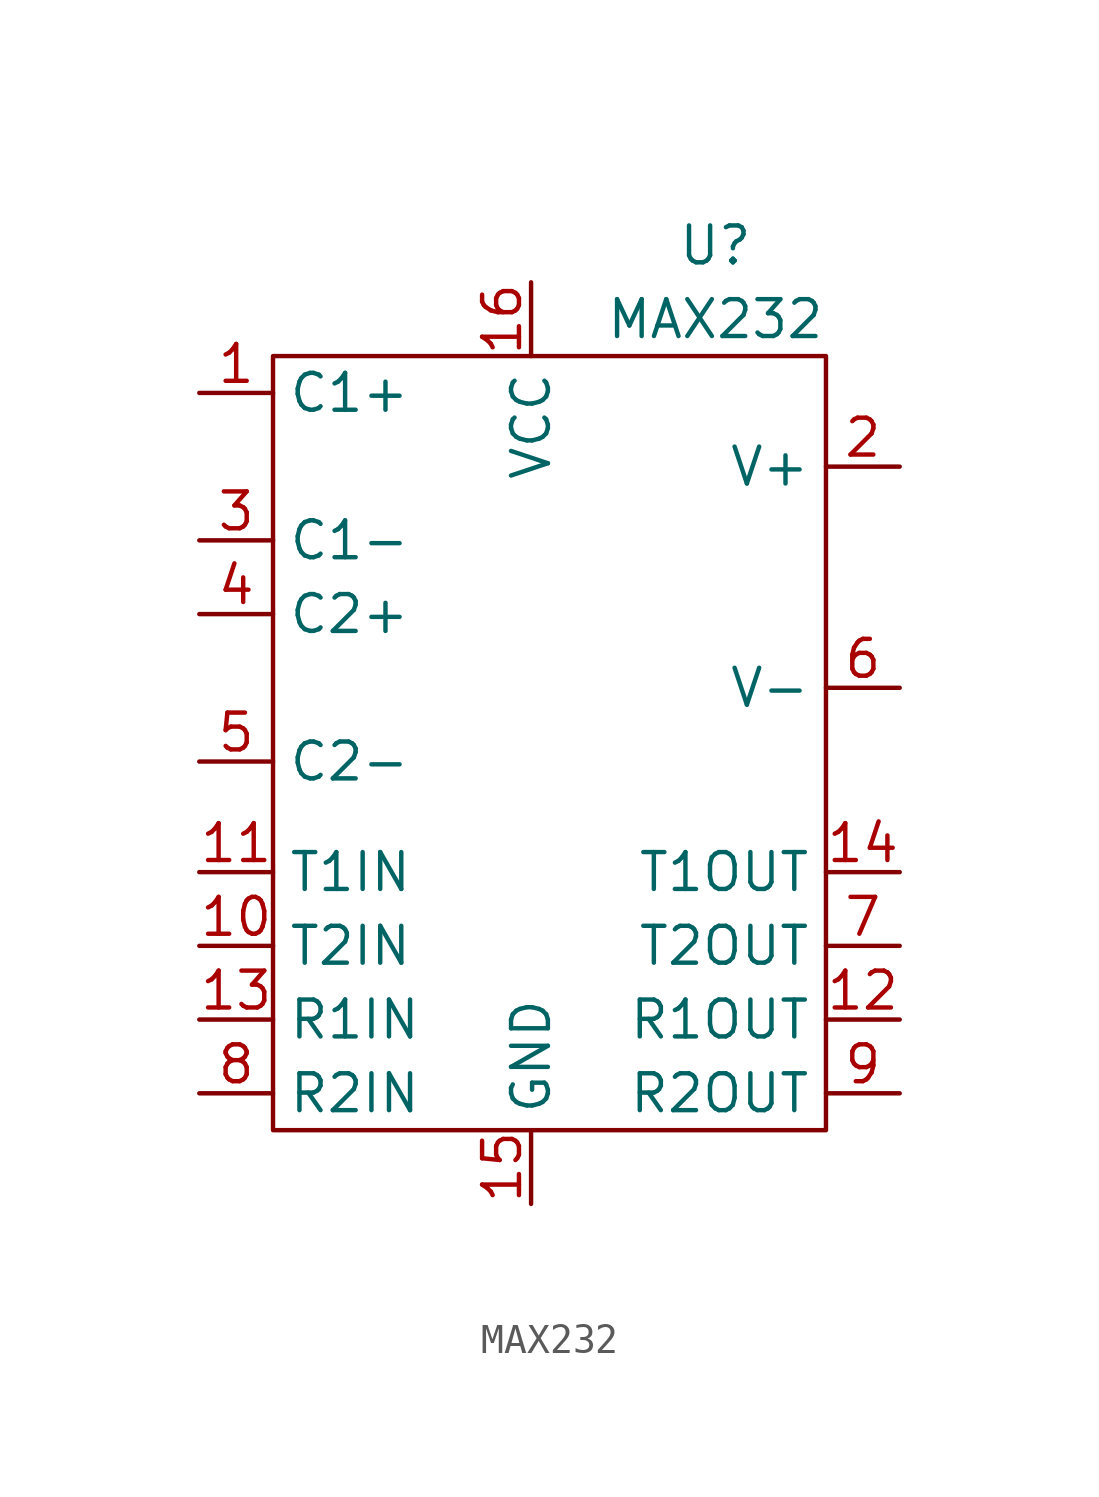
<source format=kicad_sym>
(kicad_symbol_lib
  (version 20211014)
  (generator kicad_symbol_editor)
  (symbol "MAX232"
    (property "Reference" "U"
      (at 35.56 -8.89 0)
      (effects (font (size 1.27 1.27))))
    (property "Value" "MAX232"
      (at 35.56 -11.43 0)
      (effects (font (size 1.27 1.27))))
    (symbol "MAX232_0_1"
      (rectangle (start 20.32 -12.7) (end 39.37 -39.37) (stroke (width 0) (type default) (color 0 0 0 0)) (fill (type none))))
    (symbol "MAX232_1_1"
      (pin input line (at 17.78 -13.97 0) (length 2.54) (name "C1+" (effects (font (size 1.27 1.27)))) (number "1" (effects (font (size 1.27 1.27)))))
      (pin input line (at 17.78 -33.02 0) (length 2.54) (name "T2IN" (effects (font (size 1.27 1.27)))) (number "10" (effects (font (size 1.27 1.27)))))
      (pin input line (at 17.78 -30.48 0) (length 2.54) (name "T1IN" (effects (font (size 1.27 1.27)))) (number "11" (effects (font (size 1.27 1.27)))))
      (pin output line (at 41.91 -35.56 180) (length 2.54) (name "R1OUT" (effects (font (size 1.27 1.27)))) (number "12" (effects (font (size 1.27 1.27)))))
      (pin input line (at 17.78 -35.56 0) (length 2.54) (name "R1IN" (effects (font (size 1.27 1.27)))) (number "13" (effects (font (size 1.27 1.27)))))
      (pin input line (at 41.91 -30.48 180) (length 2.54) (name "T1OUT" (effects (font (size 1.27 1.27)))) (number "14" (effects (font (size 1.27 1.27)))))
      (pin input line (at 29.21 -41.91 90) (length 2.54) (name "GND" (effects (font (size 1.27 1.27)))) (number "15" (effects (font (size 1.27 1.27)))))
      (pin input line (at 29.21 -10.16 270) (length 2.54) (name "VCC" (effects (font (size 1.27 1.27)))) (number "16" (effects (font (size 1.27 1.27)))))
      (pin input line (at 41.91 -16.51 180) (length 2.54) (name "V+" (effects (font (size 1.27 1.27)))) (number "2" (effects (font (size 1.27 1.27)))))
      (pin input line (at 17.78 -19.05 0) (length 2.54) (name "C1-" (effects (font (size 1.27 1.27)))) (number "3" (effects (font (size 1.27 1.27)))))
      (pin input line (at 17.78 -21.59 0) (length 2.54) (name "C2+" (effects (font (size 1.27 1.27)))) (number "4" (effects (font (size 1.27 1.27)))))
      (pin input line (at 17.78 -26.67 0) (length 2.54) (name "C2-" (effects (font (size 1.27 1.27)))) (number "5" (effects (font (size 1.27 1.27)))))
      (pin input line (at 41.91 -24.13 180) (length 2.54) (name "V-" (effects (font (size 1.27 1.27)))) (number "6" (effects (font (size 1.27 1.27)))))
      (pin input line (at 41.91 -33.02 180) (length 2.54) (name "T2OUT" (effects (font (size 1.27 1.27)))) (number "7" (effects (font (size 1.27 1.27)))))
      (pin input line (at 17.78 -38.1 0) (length 2.54) (name "R2IN" (effects (font (size 1.27 1.27)))) (number "8" (effects (font (size 1.27 1.27)))))
      (pin output line (at 41.91 -38.1 180) (length 2.54) (name "R2OUT" (effects (font (size 1.27 1.27)))) (number "9" (effects (font (size 1.27 1.27))))))))
</source>
